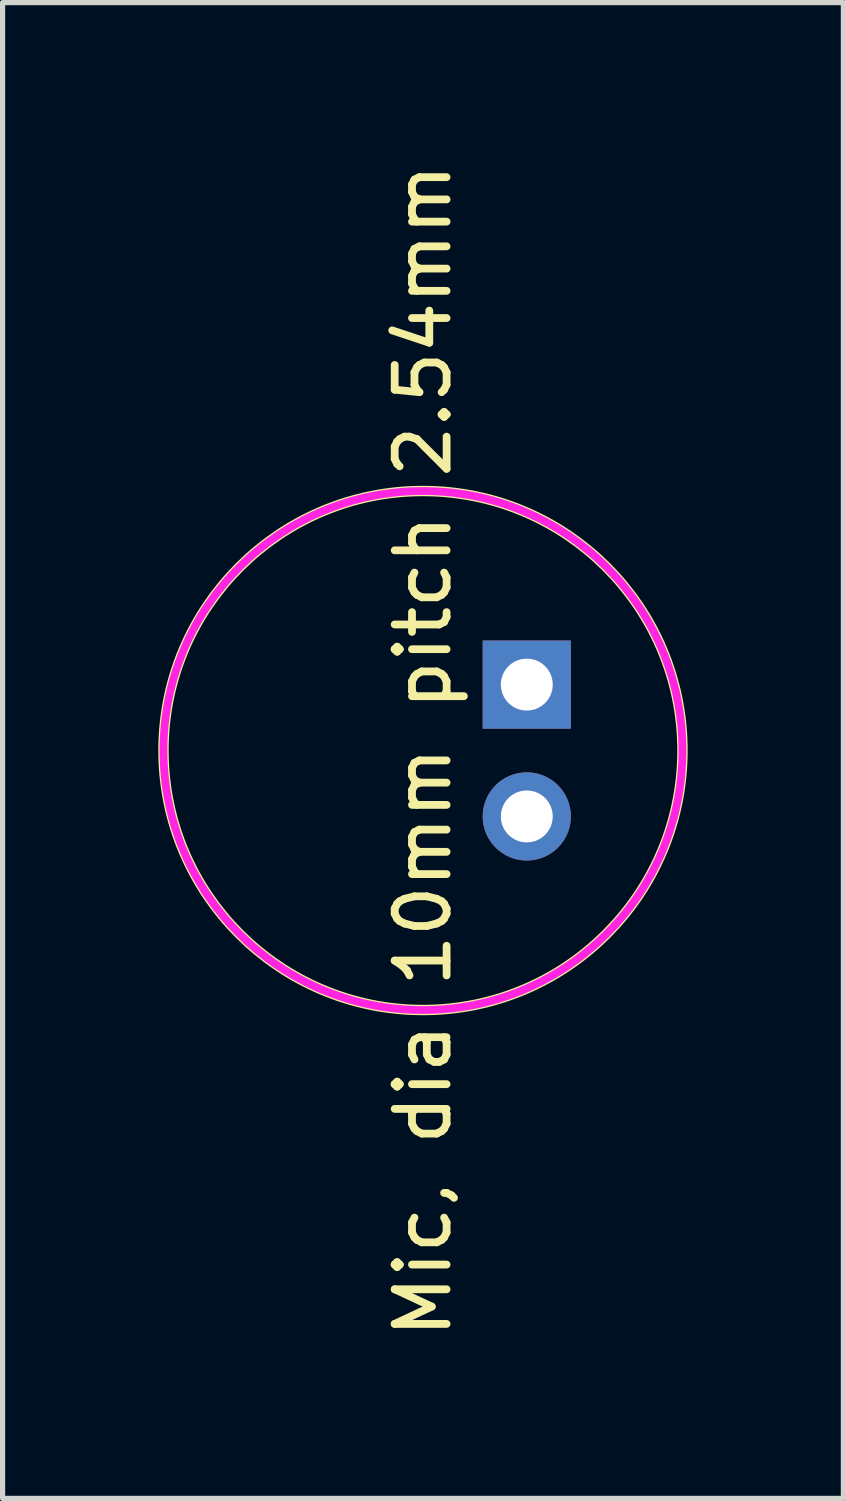
<source format=kicad_pcb>
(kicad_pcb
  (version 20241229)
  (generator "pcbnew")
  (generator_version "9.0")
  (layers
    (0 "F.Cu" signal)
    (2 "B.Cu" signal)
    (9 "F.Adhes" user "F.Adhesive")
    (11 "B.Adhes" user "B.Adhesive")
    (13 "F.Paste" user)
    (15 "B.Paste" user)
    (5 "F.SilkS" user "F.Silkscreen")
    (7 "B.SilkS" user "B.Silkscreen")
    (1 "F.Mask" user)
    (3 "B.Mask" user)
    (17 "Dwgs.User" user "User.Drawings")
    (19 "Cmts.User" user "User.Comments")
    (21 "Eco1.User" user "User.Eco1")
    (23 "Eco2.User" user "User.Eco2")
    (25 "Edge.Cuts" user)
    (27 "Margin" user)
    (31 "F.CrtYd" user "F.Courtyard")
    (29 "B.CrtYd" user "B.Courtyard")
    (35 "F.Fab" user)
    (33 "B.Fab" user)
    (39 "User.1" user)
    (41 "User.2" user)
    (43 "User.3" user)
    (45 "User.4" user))
  (footprint "Mic, dia 10mm pitch 2.54mm"
    (layer "F.Cu")
    (at 7.1 10.141)
    (property "Reference" "Mic, dia 10mm pitch 2.54mm" (at -2 1.27 90) (layer "F.SilkS") (effects (font (size 1 1) (thickness 0.15))))
    (attr through_hole)
    (fp_circle (center -2 1.27) (end 3 1.27) (stroke (width 0.2) (type solid)) (fill no) (layer "F.SilkS"))
    (fp_circle (center -2 1.27) (end 3 1.27) (stroke (width 0.15) (type solid)) (fill no) (layer "F.CrtYd"))
    (pad "1" thru_hole rect (at 0 0) (size 1.7 1.7) (drill 1) (layers "*.Cu" "*.Mask"))
    (pad "2" thru_hole circle (at 0 2.54) (size 1.7 1.7) (drill 1) (layers "*.Cu" "*.Mask")))
  (gr_rect
    (start -3 -3)
    (end 13.2 25.821)
    (stroke (width 0.1) (type default))
    (fill no)
    (layer "Edge.Cuts")))
</source>
